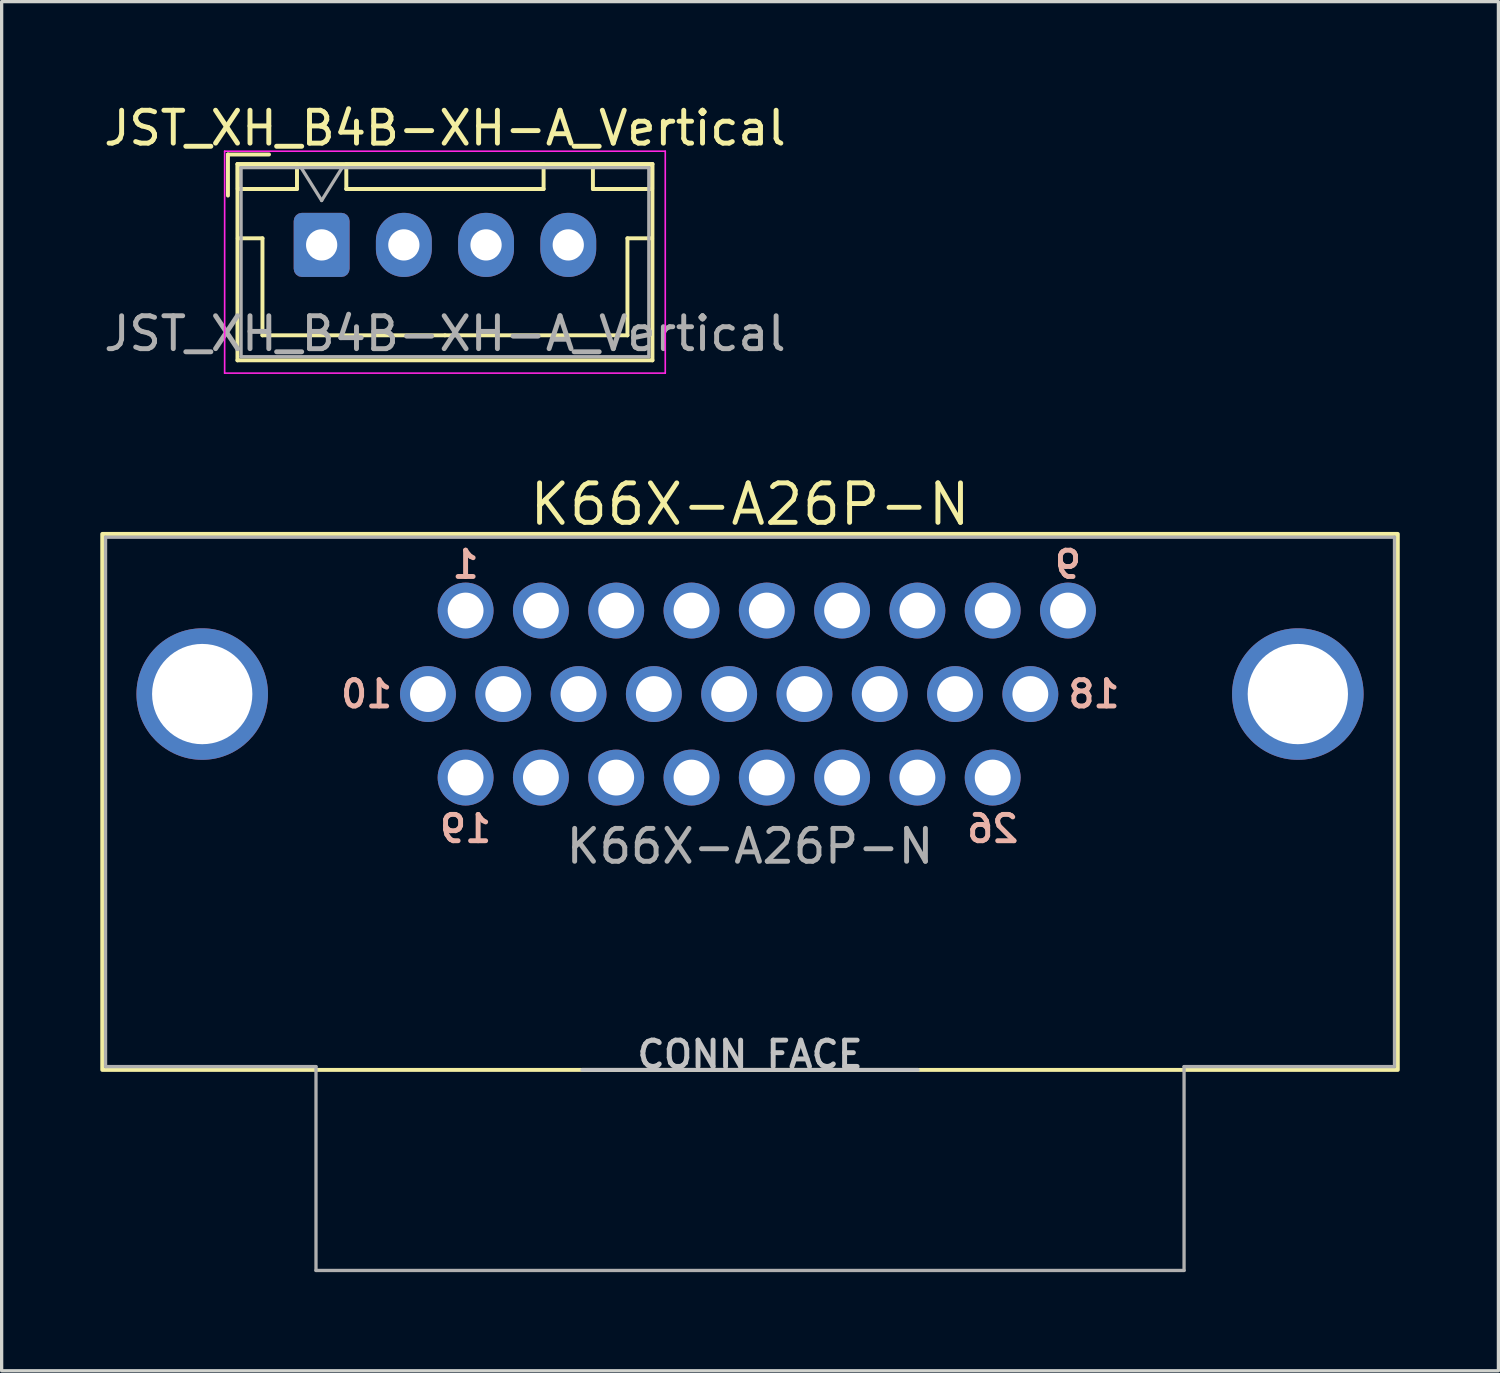
<source format=kicad_pcb>
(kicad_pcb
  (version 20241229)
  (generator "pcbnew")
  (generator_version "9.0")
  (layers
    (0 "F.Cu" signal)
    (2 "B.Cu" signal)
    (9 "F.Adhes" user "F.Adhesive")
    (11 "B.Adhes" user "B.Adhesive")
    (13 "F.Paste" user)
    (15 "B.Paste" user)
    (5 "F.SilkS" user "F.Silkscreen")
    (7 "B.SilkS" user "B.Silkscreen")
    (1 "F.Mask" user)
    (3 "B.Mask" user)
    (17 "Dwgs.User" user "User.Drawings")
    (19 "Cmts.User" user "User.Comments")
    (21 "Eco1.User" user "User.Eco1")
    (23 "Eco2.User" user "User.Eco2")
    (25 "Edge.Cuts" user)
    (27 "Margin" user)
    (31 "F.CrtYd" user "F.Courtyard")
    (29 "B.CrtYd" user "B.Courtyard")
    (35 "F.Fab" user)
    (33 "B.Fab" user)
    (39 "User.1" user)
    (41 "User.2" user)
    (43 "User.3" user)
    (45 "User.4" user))
  (footprint "JST_XH_B4B-XH-A_Vertical"
    (layer "F.Cu")
    (at 6.732 4.398)
    (property "Reference" "JST_XH_B4B-XH-A_Vertical" (at 3.75 -3.55 0) (layer "F.SilkS") (effects (font (size 1 1) (thickness 0.15))))
    (attr through_hole)
    (fp_line (start -2.85 -2.75) (end -2.85 -1.5) (stroke (width 0.12) (type solid)) (layer "F.SilkS"))
    (fp_line (start -2.56 -2.46) (end -2.56 3.51) (stroke (width 0.12) (type solid)) (layer "F.SilkS"))
    (fp_line (start -2.56 3.51) (end 10.06 3.51) (stroke (width 0.12) (type solid)) (layer "F.SilkS"))
    (fp_line (start -2.55 -2.45) (end -2.55 -1.7) (stroke (width 0.12) (type solid)) (layer "F.SilkS"))
    (fp_line (start -2.55 -1.7) (end -0.75 -1.7) (stroke (width 0.12) (type solid)) (layer "F.SilkS"))
    (fp_line (start -2.55 -0.2) (end -1.8 -0.2) (stroke (width 0.12) (type solid)) (layer "F.SilkS"))
    (fp_line (start -1.8 -0.2) (end -1.8 2.75) (stroke (width 0.12) (type solid)) (layer "F.SilkS"))
    (fp_line (start -1.8 2.75) (end 3.75 2.75) (stroke (width 0.12) (type solid)) (layer "F.SilkS"))
    (fp_line (start -1.6 -2.75) (end -2.85 -2.75) (stroke (width 0.12) (type solid)) (layer "F.SilkS"))
    (fp_line (start -0.75 -2.45) (end -2.55 -2.45) (stroke (width 0.12) (type solid)) (layer "F.SilkS"))
    (fp_line (start -0.75 -1.7) (end -0.75 -2.45) (stroke (width 0.12) (type solid)) (layer "F.SilkS"))
    (fp_line (start 0.75 -2.45) (end 0.75 -1.7) (stroke (width 0.12) (type solid)) (layer "F.SilkS"))
    (fp_line (start 0.75 -1.7) (end 6.75 -1.7) (stroke (width 0.12) (type solid)) (layer "F.SilkS"))
    (fp_line (start 6.75 -2.45) (end 0.75 -2.45) (stroke (width 0.12) (type solid)) (layer "F.SilkS"))
    (fp_line (start 6.75 -1.7) (end 6.75 -2.45) (stroke (width 0.12) (type solid)) (layer "F.SilkS"))
    (fp_line (start 8.25 -2.45) (end 8.25 -1.7) (stroke (width 0.12) (type solid)) (layer "F.SilkS"))
    (fp_line (start 8.25 -1.7) (end 10.05 -1.7) (stroke (width 0.12) (type solid)) (layer "F.SilkS"))
    (fp_line (start 9.3 -0.2) (end 9.3 2.75) (stroke (width 0.12) (type solid)) (layer "F.SilkS"))
    (fp_line (start 9.3 2.75) (end 3.75 2.75) (stroke (width 0.12) (type solid)) (layer "F.SilkS"))
    (fp_line (start 10.05 -2.45) (end 8.25 -2.45) (stroke (width 0.12) (type solid)) (layer "F.SilkS"))
    (fp_line (start 10.05 -1.7) (end 10.05 -2.45) (stroke (width 0.12) (type solid)) (layer "F.SilkS"))
    (fp_line (start 10.05 -0.2) (end 9.3 -0.2) (stroke (width 0.12) (type solid)) (layer "F.SilkS"))
    (fp_line (start 10.06 -2.46) (end -2.56 -2.46) (stroke (width 0.12) (type solid)) (layer "F.SilkS"))
    (fp_line (start 10.06 3.51) (end 10.06 -2.46) (stroke (width 0.12) (type solid)) (layer "F.SilkS"))
    (fp_line (start -2.95 -2.85) (end -2.95 3.9) (stroke (width 0.05) (type solid)) (layer "F.CrtYd"))
    (fp_line (start -2.95 3.9) (end 10.45 3.9) (stroke (width 0.05) (type solid)) (layer "F.CrtYd"))
    (fp_line (start 10.45 -2.85) (end -2.95 -2.85) (stroke (width 0.05) (type solid)) (layer "F.CrtYd"))
    (fp_line (start 10.45 3.9) (end 10.45 -2.85) (stroke (width 0.05) (type solid)) (layer "F.CrtYd"))
    (fp_line (start -2.45 -2.35) (end -2.45 3.4) (stroke (width 0.1) (type solid)) (layer "F.Fab"))
    (fp_line (start -2.45 3.4) (end 9.95 3.4) (stroke (width 0.1) (type solid)) (layer "F.Fab"))
    (fp_line (start -0.625 -2.35) (end 0 -1.35) (stroke (width 0.1) (type solid)) (layer "F.Fab"))
    (fp_line (start 0 -1.35) (end 0.625 -2.35) (stroke (width 0.1) (type solid)) (layer "F.Fab"))
    (fp_line (start 9.95 -2.35) (end -2.45 -2.35) (stroke (width 0.1) (type solid)) (layer "F.Fab"))
    (fp_line (start 9.95 3.4) (end 9.95 -2.35) (stroke (width 0.1) (type solid)) (layer "F.Fab"))
    (fp_text user "${REFERENCE}" (at 3.75 2.7 0) (layer "F.Fab") (effects (font (size 1 1) (thickness 0.15))))
    (pad "1" thru_hole roundrect (at 0 0) (size 1.7 1.95) (drill 0.95) (layers "*.Cu" "*.Mask") (roundrect_rratio 0.147))
    (pad "2" thru_hole oval (at 2.5 0) (size 1.7 1.95) (drill 0.95) (layers "*.Cu" "*.Mask"))
    (pad "3" thru_hole oval (at 5 0) (size 1.7 1.95) (drill 0.95) (layers "*.Cu" "*.Mask"))
    (pad "4" thru_hole oval (at 7.5 0) (size 1.7 1.95) (drill 0.95) (layers "*.Cu" "*.Mask")))
  (footprint "K66X-A26P-N"
    (layer "F.Cu")
    (at 19.76 29.488)
    (property "Reference" "K66X-A26P-N" (at 0 -17.2 0) (unlocked yes) (layer "F.SilkS") (effects (font (size 1.2 1.2) (thickness 0.15))))
    (attr through_hole)
    (fp_rect (start -19.7 -16.3) (end 19.7 0) (stroke (width 0.12) (type default)) (fill no) (layer "F.SilkS"))
    (fp_line (start -5.1 0) (end 5.1 0) (stroke (width 0.12) (type default)) (layer "Dwgs.User"))
    (fp_line (start -19.6 -16.2) (end -19.6 -0.1) (stroke (width 0.1) (type default)) (layer "F.Fab"))
    (fp_line (start -19.6 -0.1) (end -13.2 -0.1) (stroke (width 0.1) (type default)) (layer "F.Fab"))
    (fp_line (start -13.2 -0.1) (end -13.2 6.1) (stroke (width 0.1) (type default)) (layer "F.Fab"))
    (fp_line (start -13.2 6.1) (end 13.2 6.1) (stroke (width 0.1) (type default)) (layer "F.Fab"))
    (fp_line (start 13.2 -0.1) (end 19.6 -0.1) (stroke (width 0.1) (type default)) (layer "F.Fab"))
    (fp_line (start 13.2 6.1) (end 13.2 -0.1) (stroke (width 0.1) (type default)) (layer "F.Fab"))
    (fp_line (start 19.6 -16.2) (end -19.6 -16.2) (stroke (width 0.1) (type default)) (layer "F.Fab"))
    (fp_line (start 19.6 -0.1) (end 19.6 -16.2) (stroke (width 0.1) (type default)) (layer "F.Fab"))
    (fp_text user "9" (at 9.67 -14.9 0) (unlocked yes) (layer "B.SilkS") (effects (font (size 0.8 0.8) (thickness 0.15)) (justify bottom mirror)))
    (fp_text user "26" (at 7.38 -7.8 0) (unlocked yes) (layer "B.SilkS") (effects (font (size 0.8 0.8) (thickness 0.15)) (justify top mirror)))
    (fp_text user "10" (at -10.8 -11.43 0) (unlocked yes) (layer "B.SilkS") (effects (font (size 0.8 0.8) (thickness 0.15)) (justify left mirror)))
    (fp_text user "1" (at -8.65 -14.9 0) (unlocked yes) (layer "B.SilkS") (effects (font (size 0.8 0.8) (thickness 0.15)) (justify bottom mirror)))
    (fp_text user "19" (at -8.65 -7.8 0) (unlocked yes) (layer "B.SilkS") (effects (font (size 0.8 0.8) (thickness 0.15)) (justify top mirror)))
    (fp_text user "18" (at 9.6 -11.43 0) (unlocked yes) (layer "B.SilkS") (effects (font (size 0.8 0.8) (thickness 0.15)) (justify right mirror)))
    (fp_text user "CONN FACE" (at 0 0 0) (unlocked yes) (layer "Dwgs.User") (effects (font (size 0.8 0.8) (thickness 0.15)) (justify bottom)))
    (fp_text user "${REFERENCE}" (at 0 -6.8 0) (unlocked yes) (layer "F.Fab") (effects (font (size 1 1) (thickness 0.15))))
    (pad "1" thru_hole circle (at -8.65 -13.97) (size 1.7 1.7) (drill 1.09) (layers "*.Cu" "*.Mask"))
    (pad "2" thru_hole circle (at -6.36 -13.97) (size 1.7 1.7) (drill 1.09) (layers "*.Cu" "*.Mask"))
    (pad "3" thru_hole circle (at -4.07 -13.97) (size 1.7 1.7) (drill 1.09) (layers "*.Cu" "*.Mask"))
    (pad "4" thru_hole circle (at -1.78 -13.97) (size 1.7 1.7) (drill 1.09) (layers "*.Cu" "*.Mask"))
    (pad "5" thru_hole circle (at 0.51 -13.97) (size 1.7 1.7) (drill 1.09) (layers "*.Cu" "*.Mask"))
    (pad "6" thru_hole circle (at 2.8 -13.97) (size 1.7 1.7) (drill 1.09) (layers "*.Cu" "*.Mask"))
    (pad "7" thru_hole circle (at 5.09 -13.97) (size 1.7 1.7) (drill 1.09) (layers "*.Cu" "*.Mask"))
    (pad "8" thru_hole circle (at 7.38 -13.97) (size 1.7 1.7) (drill 1.09) (layers "*.Cu" "*.Mask"))
    (pad "9" thru_hole circle (at 9.67 -13.97) (size 1.7 1.7) (drill 1.09) (layers "*.Cu" "*.Mask"))
    (pad "10" thru_hole circle (at -9.795 -11.43) (size 1.7 1.7) (drill 1.09) (layers "*.Cu" "*.Mask"))
    (pad "11" thru_hole circle (at -7.505 -11.43) (size 1.7 1.7) (drill 1.09) (layers "*.Cu" "*.Mask"))
    (pad "12" thru_hole circle (at -5.215 -11.43) (size 1.7 1.7) (drill 1.09) (layers "*.Cu" "*.Mask"))
    (pad "13" thru_hole circle (at -2.925 -11.43) (size 1.7 1.7) (drill 1.09) (layers "*.Cu" "*.Mask"))
    (pad "14" thru_hole circle (at -0.635 -11.43) (size 1.7 1.7) (drill 1.09) (layers "*.Cu" "*.Mask"))
    (pad "15" thru_hole circle (at 1.655 -11.43) (size 1.7 1.7) (drill 1.09) (layers "*.Cu" "*.Mask"))
    (pad "16" thru_hole circle (at 3.945 -11.43) (size 1.7 1.7) (drill 1.09) (layers "*.Cu" "*.Mask"))
    (pad "17" thru_hole circle (at 6.235 -11.43) (size 1.7 1.7) (drill 1.09) (layers "*.Cu" "*.Mask"))
    (pad "18" thru_hole circle (at 8.525 -11.43) (size 1.7 1.7) (drill 1.09) (layers "*.Cu" "*.Mask"))
    (pad "19" thru_hole circle (at -8.65 -8.89) (size 1.7 1.7) (drill 1.09) (layers "*.Cu" "*.Mask"))
    (pad "20" thru_hole circle (at -6.36 -8.89) (size 1.7 1.7) (drill 1.09) (layers "*.Cu" "*.Mask"))
    (pad "21" thru_hole circle (at -4.07 -8.89) (size 1.7 1.7) (drill 1.09) (layers "*.Cu" "*.Mask"))
    (pad "22" thru_hole circle (at -1.78 -8.89) (size 1.7 1.7) (drill 1.09) (layers "*.Cu" "*.Mask"))
    (pad "23" thru_hole circle (at 0.51 -8.89) (size 1.7 1.7) (drill 1.09) (layers "*.Cu" "*.Mask"))
    (pad "24" thru_hole circle (at 2.8 -8.89) (size 1.7 1.7) (drill 1.09) (layers "*.Cu" "*.Mask"))
    (pad "25" thru_hole circle (at 5.09 -8.89) (size 1.7 1.7) (drill 1.09) (layers "*.Cu" "*.Mask"))
    (pad "26" thru_hole circle (at 7.38 -8.89) (size 1.7 1.7) (drill 1.09) (layers "*.Cu" "*.Mask"))
    (pad "27" thru_hole circle (at -16.66 -11.43) (size 4 4) (drill 3.05) (layers "*.Cu" "*.Mask"))
    (pad "27" thru_hole circle (at 16.66 -11.43) (size 4 4) (drill 3.05) (layers "*.Cu" "*.Mask")))
  (gr_rect
    (start -3 -3)
    (end 42.52 38.639)
    (stroke (width 0.1) (type default))
    (fill no)
    (layer "Edge.Cuts")))
</source>
